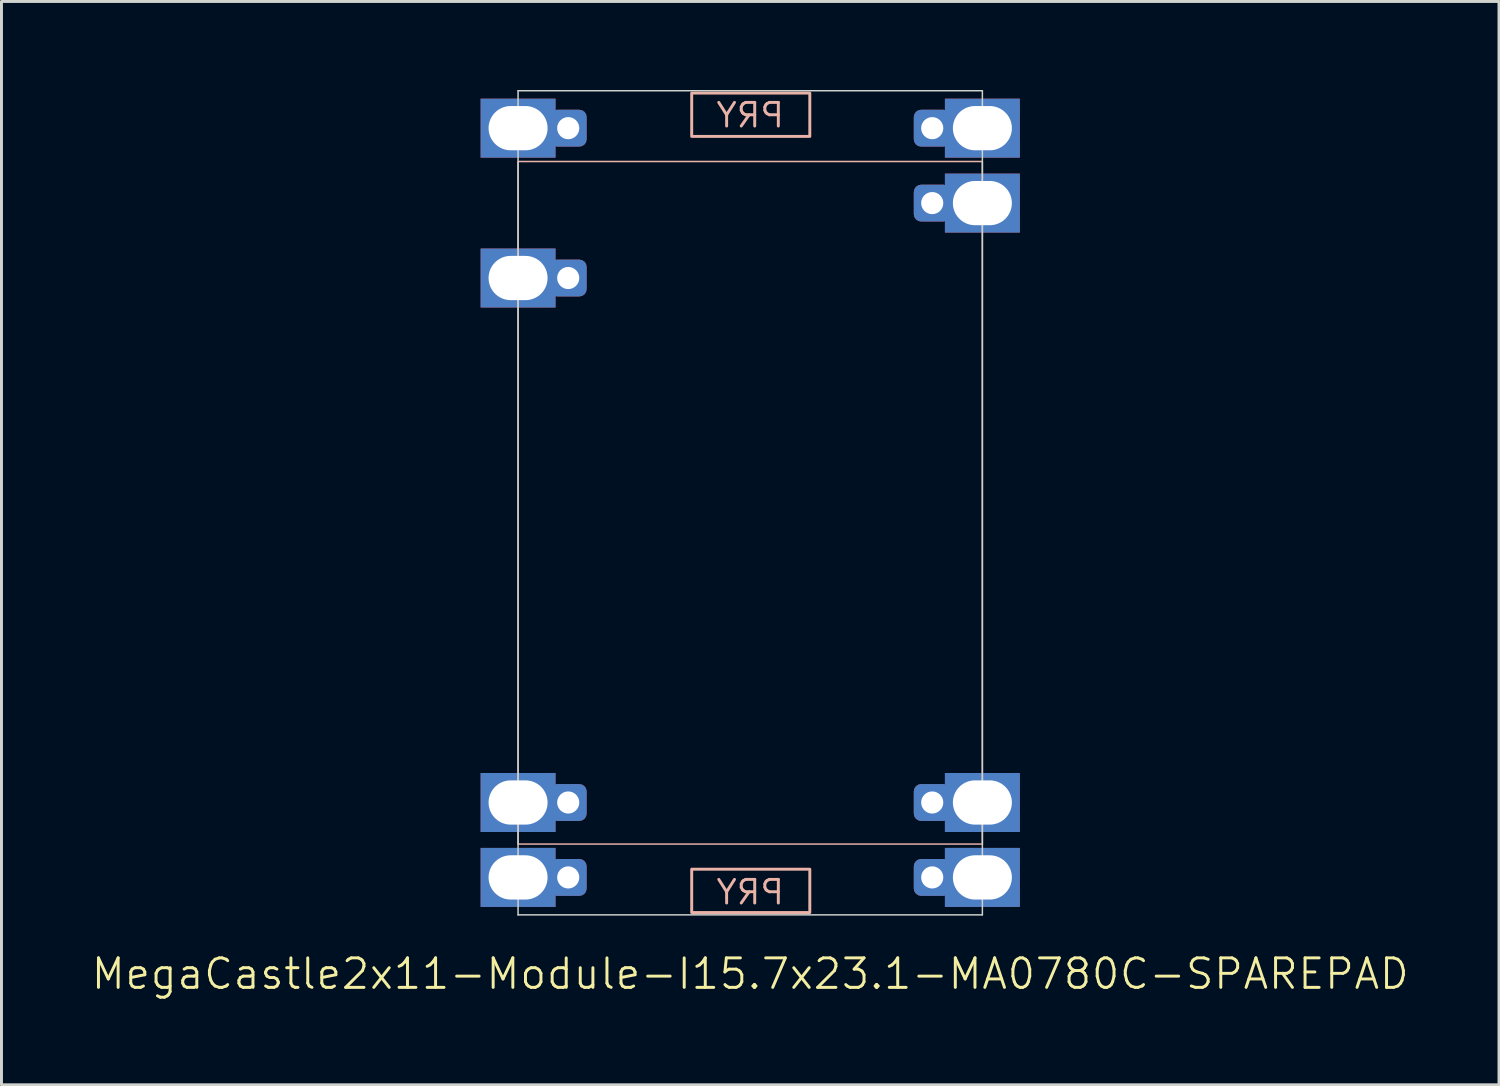
<source format=kicad_pcb>
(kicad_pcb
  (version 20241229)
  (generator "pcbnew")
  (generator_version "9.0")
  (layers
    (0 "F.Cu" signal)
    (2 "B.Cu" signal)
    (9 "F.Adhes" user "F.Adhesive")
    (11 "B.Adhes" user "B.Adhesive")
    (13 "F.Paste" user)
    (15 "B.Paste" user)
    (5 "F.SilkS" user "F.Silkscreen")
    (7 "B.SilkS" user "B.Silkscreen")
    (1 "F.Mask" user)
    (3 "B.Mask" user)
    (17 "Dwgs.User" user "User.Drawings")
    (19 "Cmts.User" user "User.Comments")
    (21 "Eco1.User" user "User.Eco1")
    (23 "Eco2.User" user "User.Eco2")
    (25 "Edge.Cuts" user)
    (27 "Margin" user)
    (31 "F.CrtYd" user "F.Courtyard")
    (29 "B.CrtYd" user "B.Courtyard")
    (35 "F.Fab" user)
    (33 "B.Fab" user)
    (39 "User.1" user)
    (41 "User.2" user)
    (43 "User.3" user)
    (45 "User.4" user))
  (footprint "MegaCastle2x11-Module-I15.7x23.1-MA0780C-SPAREPAD"
    (layer "F.Cu")
    (at 22.383 13.995)
    (property "Reference" "MegaCastle2x11-Module-I15.7x23.1-MA0780C-SPAREPAD" (at 0 15.97 0) (unlocked yes) (layer "F.SilkS") (effects (font (size 1 1) (thickness 0.1))))
    (attr smd)
    (fp_rect (start -7.87 11.57) (end 7.87 -11.57) (stroke (width 0.05) (type default)) (fill no) (layer "B.SilkS"))
    (fp_rect (start -1.984 -12.421) (end 2.02 -13.89) (stroke (width 0.1) (type default)) (fill no) (layer "B.SilkS"))
    (fp_rect (start -1.984 12.421) (end 2.02 13.89) (stroke (width 0.1) (type default)) (fill no) (layer "B.SilkS"))
    (fp_line (start -7.87 -13.97) (end -7.87 13.97) (stroke (width 0.05) (type default)) (layer "Edge.Cuts"))
    (fp_line (start -7.87 -13.97) (end 7.87 -13.97) (stroke (width 0.05) (type default)) (layer "Edge.Cuts"))
    (fp_line (start -7.87 13.97) (end 7.87 13.97) (stroke (width 0.05) (type default)) (layer "Edge.Cuts"))
    (fp_line (start 7.87 -13.97) (end 7.87 13.97) (stroke (width 0.05) (type default)) (layer "Edge.Cuts"))
    (fp_text user "PRY" (at 0 -12.67 0) (unlocked yes) (layer "B.SilkS") (effects (font (size 0.8 0.8) (thickness 0.1)) (justify bottom mirror)))
    (fp_text user "PRY" (at 0 13.67 0) (unlocked yes) (layer "B.SilkS") (effects (font (size 0.8 0.8) (thickness 0.1)) (justify bottom mirror)))
    (pad "1" thru_hole rect (at -7.87 -12.7) (size 2.54 2) (drill oval 2 1.5) (property pad_prop_castellated) (layers "*.Cu" "*.Mask"))
    (pad "1" thru_hole roundrect (at -6.17 -12.7 180) (size 1.25 1.25) (drill 0.75) (layers "*.Cu" "*.Mask") (roundrect_rratio 0.2))
    (pad "3" thru_hole rect (at -7.87 -7.62) (size 2.54 2) (drill oval 2 1.5) (property pad_prop_castellated) (layers "*.Cu" "*.Mask"))
    (pad "3" thru_hole roundrect (at -6.17 -7.62 180) (size 1.25 1.25) (drill 0.75) (layers "*.Cu" "*.Mask") (roundrect_rratio 0.2))
    (pad "10" thru_hole rect (at -7.87 10.16) (size 2.54 2) (drill oval 2 1.5) (property pad_prop_castellated) (layers "*.Cu" "*.Mask"))
    (pad "10" thru_hole roundrect (at -6.17 10.16 180) (size 1.25 1.25) (drill 0.75) (layers "*.Cu" "*.Mask") (roundrect_rratio 0.2))
    (pad "11" thru_hole rect (at -7.87 12.7) (size 2.54 2) (drill oval 2 1.5) (property pad_prop_castellated) (layers "*.Cu" "*.Mask"))
    (pad "11" thru_hole roundrect (at -6.17 12.7 180) (size 1.25 1.25) (drill 0.75) (layers "*.Cu" "*.Mask") (roundrect_rratio 0.2))
    (pad "12" thru_hole roundrect (at 6.17 -12.7 180) (size 1.25 1.25) (drill 0.75) (layers "*.Cu" "*.Mask") (roundrect_rratio 0.2))
    (pad "12" thru_hole rect (at 7.87 -12.7) (size 2.54 2) (drill oval 2 1.5) (property pad_prop_castellated) (layers "*.Cu" "*.Mask"))
    (pad "13" thru_hole roundrect (at 6.17 -10.16 180) (size 1.25 1.25) (drill 0.75) (layers "*.Cu" "*.Mask") (roundrect_rratio 0.2))
    (pad "13" thru_hole rect (at 7.87 -10.16) (size 2.54 2) (drill oval 2 1.5) (property pad_prop_castellated) (layers "*.Cu" "*.Mask"))
    (pad "21" thru_hole roundrect (at 6.17 10.16 180) (size 1.25 1.25) (drill 0.75) (layers "*.Cu" "*.Mask") (roundrect_rratio 0.2))
    (pad "21" thru_hole rect (at 7.87 10.16) (size 2.54 2) (drill oval 2 1.5) (property pad_prop_castellated) (layers "*.Cu" "*.Mask"))
    (pad "22" thru_hole roundrect (at 6.17 12.7 180) (size 1.25 1.25) (drill 0.75) (layers "*.Cu" "*.Mask") (roundrect_rratio 0.2))
    (pad "22" thru_hole rect (at 7.87 12.7) (size 2.54 2) (drill oval 2 1.5) (property pad_prop_castellated) (layers "*.Cu" "*.Mask"))
    (zone (net_name "") (layer "B.Cu") (hatch edge 0.5) (connect_pads) (min_thickness 0.25) (filled_areas_thickness no) (keepout (tracks allowed) (vias allowed) (pads allowed) (copperpour allowed) (footprints not_allowed)) (placement (enabled no)) (fill) (polygon (pts (xy 14.513 27.965) (xy 14.513 0.025))))
    (zone (net_name "") (layer "B.Cu") (hatch edge 0.5) (connect_pads) (min_thickness 0.25) (filled_areas_thickness no) (keepout (tracks allowed) (vias allowed) (pads allowed) (copperpour allowed) (footprints not_allowed)) (placement (enabled no)) (fill) (polygon (pts (xy 30.253 27.965) (xy 30.253 0.025))))
    (zone (net_name "") (layer "B.Cu") (hatch edge 0.5) (connect_pads) (min_thickness 0.25) (filled_areas_thickness no) (keepout (tracks allowed) (vias allowed) (pads allowed) (copperpour allowed) (footprints not_allowed)) (placement (enabled no)) (fill) (polygon (pts (xy 14.513 0.025) (xy 14.513 2.425) (xy 30.253 2.425) (xy 30.253 0.025))))
    (zone (net_name "") (layer "B.Cu") (hatch edge 0.5) (connect_pads) (min_thickness 0.25) (filled_areas_thickness no) (keepout (tracks allowed) (vias allowed) (pads allowed) (copperpour allowed) (footprints not_allowed)) (placement (enabled no)) (fill) (polygon (pts (xy 14.513 27.965) (xy 14.513 25.565) (xy 30.253 25.565) (xy 30.253 27.965))))
    (zone (net_name "") (layer "B.Cu") (name "Upper Pry Zone") (hatch edge 0.5) (connect_pads) (min_thickness 0.25) (filled_areas_thickness no) (keepout (tracks not_allowed) (vias not_allowed) (pads not_allowed) (copperpour allowed) (footprints not_allowed)) (placement (enabled no)) (fill) (polygon (pts (xy 20.399 1.574) (xy 20.399 0.105) (xy 24.403 0.105) (xy 24.403 1.574))))
    (zone (net_name "") (layer "B.Cu") (name "Upper Pry Zone") (hatch edge 0.5) (connect_pads) (min_thickness 0.25) (filled_areas_thickness no) (keepout (tracks not_allowed) (vias not_allowed) (pads not_allowed) (copperpour allowed) (footprints not_allowed)) (placement (enabled no)) (fill) (polygon (pts (xy 20.399 26.416) (xy 20.399 27.885) (xy 24.403 27.885) (xy 24.403 26.416)))))
  (gr_rect
    (start -3 -3)
    (end 47.767 33.725)
    (stroke (width 0.1) (type default))
    (fill no)
    (layer "Edge.Cuts")))
</source>
